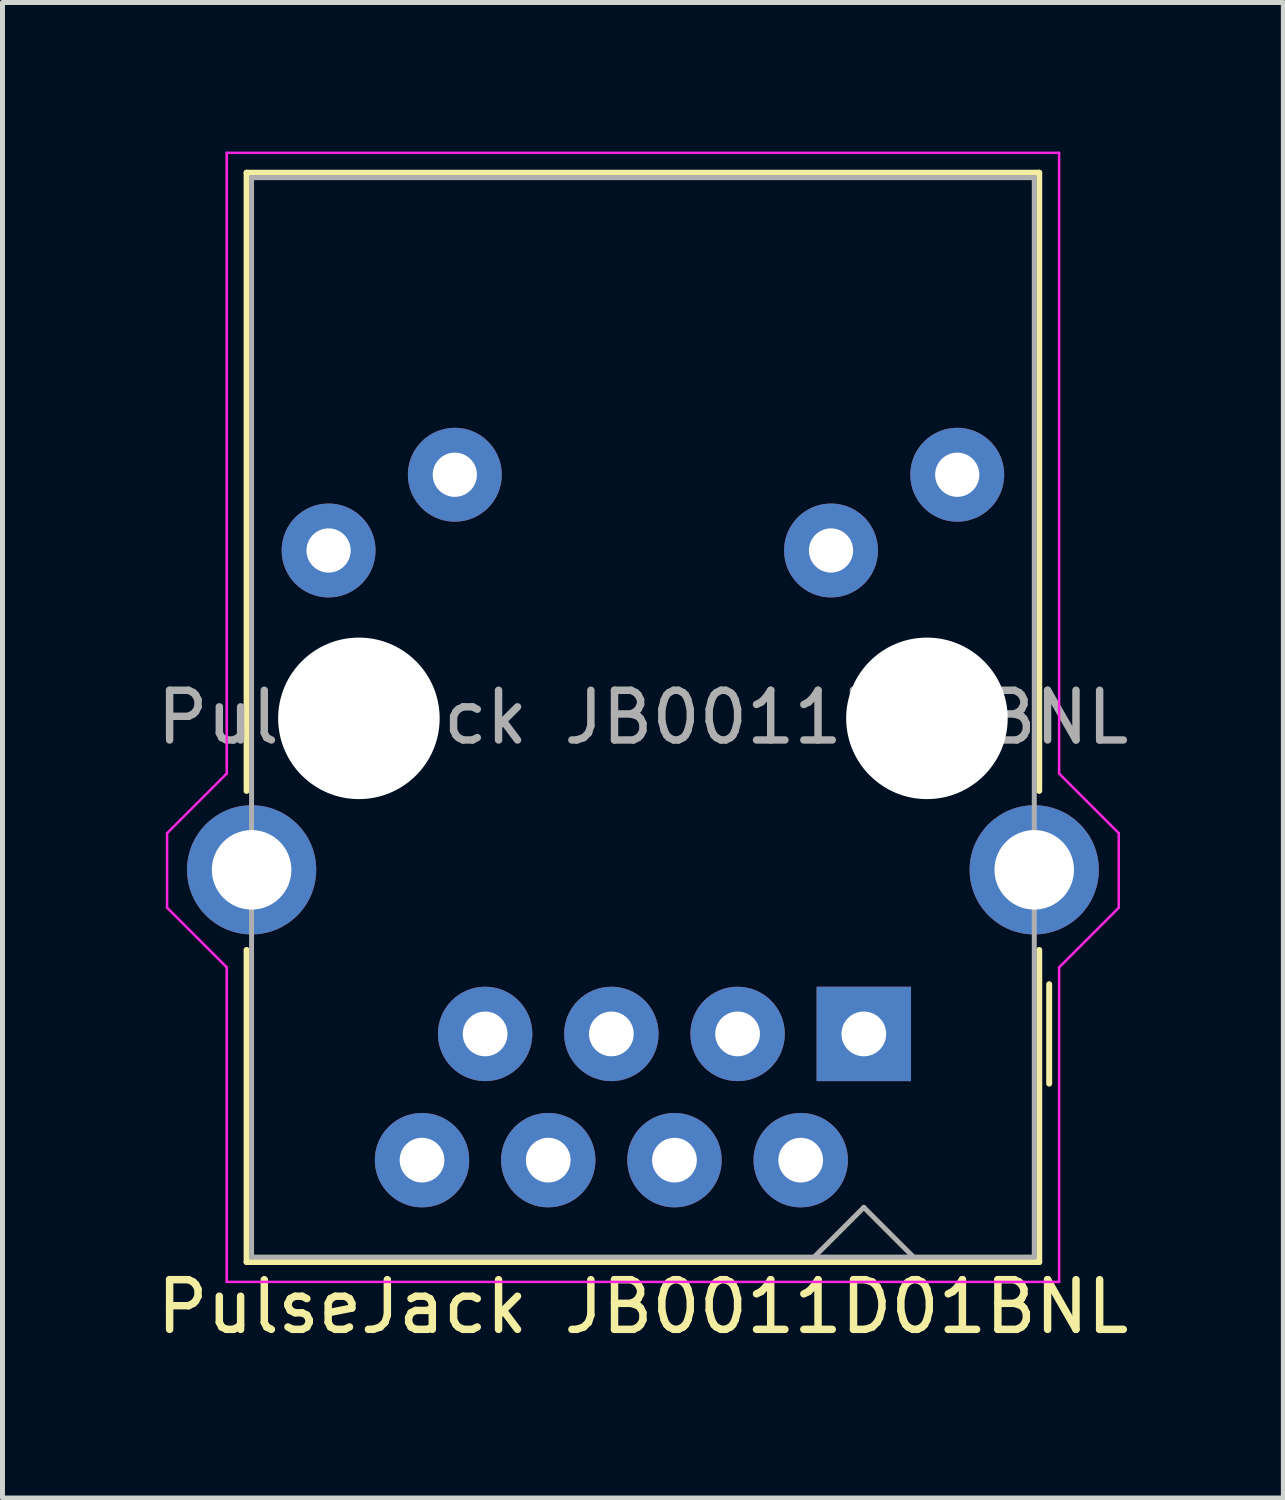
<source format=kicad_pcb>
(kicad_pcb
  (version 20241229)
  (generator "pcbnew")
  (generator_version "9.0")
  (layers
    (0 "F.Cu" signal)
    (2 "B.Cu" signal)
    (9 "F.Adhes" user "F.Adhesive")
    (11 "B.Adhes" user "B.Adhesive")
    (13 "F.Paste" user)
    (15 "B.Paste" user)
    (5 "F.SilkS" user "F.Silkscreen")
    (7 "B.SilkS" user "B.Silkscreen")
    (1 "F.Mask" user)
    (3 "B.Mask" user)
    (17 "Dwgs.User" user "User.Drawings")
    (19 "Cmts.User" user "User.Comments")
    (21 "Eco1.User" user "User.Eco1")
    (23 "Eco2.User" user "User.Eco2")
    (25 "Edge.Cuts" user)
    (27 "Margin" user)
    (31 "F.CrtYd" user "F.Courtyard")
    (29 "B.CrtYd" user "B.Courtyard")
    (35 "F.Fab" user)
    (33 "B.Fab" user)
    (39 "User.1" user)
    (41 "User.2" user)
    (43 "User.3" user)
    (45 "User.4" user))
  (footprint "PulseJack JB0011D01BNL"
    (layer "F.Cu")
    (at 14.332 17.755)
    (property "Reference" "PulseJack JB0011D01BNL" (at -4.445 5.49 180) (layer "F.SilkS") (effects (font (size 1 1) (thickness 0.15))))
    (attr through_hole)
    (fp_line (start -12.42 -17.33) (end 3.53 -17.33) (stroke (width 0.12) (type solid)) (layer "F.SilkS"))
    (fp_line (start -12.42 -4.89) (end -12.42 -17.33) (stroke (width 0.12) (type solid)) (layer "F.SilkS"))
    (fp_line (start -12.42 4.59) (end -12.42 -1.69) (stroke (width 0.12) (type solid)) (layer "F.SilkS"))
    (fp_line (start 3.53 -17.33) (end 3.53 -4.89) (stroke (width 0.12) (type solid)) (layer "F.SilkS"))
    (fp_line (start 3.53 -1.69) (end 3.53 4.59) (stroke (width 0.12) (type solid)) (layer "F.SilkS"))
    (fp_line (start 3.53 4.59) (end -12.42 4.59) (stroke (width 0.12) (type solid)) (layer "F.SilkS"))
    (fp_line (start 3.73 1) (end 3.73 -1) (stroke (width 0.12) (type solid)) (layer "F.SilkS"))
    (fp_line (start -14.02 -4.04) (end -12.82 -5.24) (stroke (width 0.05) (type default)) (layer "F.CrtYd"))
    (fp_line (start -14.02 -2.54) (end -14.02 -4.04) (stroke (width 0.05) (type solid)) (layer "F.CrtYd"))
    (fp_line (start -12.82 -5.24) (end -12.82 -17.73) (stroke (width 0.05) (type solid)) (layer "F.CrtYd"))
    (fp_line (start -12.82 -1.34) (end -14.02 -2.54) (stroke (width 0.05) (type default)) (layer "F.CrtYd"))
    (fp_line (start -12.82 4.99) (end -12.82 -1.34) (stroke (width 0.05) (type solid)) (layer "F.CrtYd"))
    (fp_line (start -12.82 4.99) (end 3.93 4.99) (stroke (width 0.05) (type solid)) (layer "F.CrtYd"))
    (fp_line (start 3.93 -17.73) (end -12.82 -17.73) (stroke (width 0.05) (type solid)) (layer "F.CrtYd"))
    (fp_line (start 3.93 -5.24) (end 3.93 -17.73) (stroke (width 0.05) (type solid)) (layer "F.CrtYd"))
    (fp_line (start 3.93 -1.34) (end 5.13 -2.54) (stroke (width 0.05) (type default)) (layer "F.CrtYd"))
    (fp_line (start 3.93 4.99) (end 3.93 -1.34) (stroke (width 0.05) (type solid)) (layer "F.CrtYd"))
    (fp_line (start 5.13 -4.04) (end 3.93 -5.24) (stroke (width 0.05) (type default)) (layer "F.CrtYd"))
    (fp_line (start 5.13 -2.54) (end 5.13 -4.04) (stroke (width 0.05) (type solid)) (layer "F.CrtYd"))
    (fp_line (start -12.32 -17.23) (end 3.43 -17.23) (stroke (width 0.1) (type solid)) (layer "F.Fab"))
    (fp_line (start -12.32 4.49) (end -12.32 -17.23) (stroke (width 0.1) (type solid)) (layer "F.Fab"))
    (fp_line (start 0 3.49) (end -1 4.49) (stroke (width 0.1) (type default)) (layer "F.Fab"))
    (fp_line (start 0 3.49) (end 1 4.49) (stroke (width 0.1) (type default)) (layer "F.Fab"))
    (fp_line (start 3.43 -17.23) (end 3.43 4.49) (stroke (width 0.1) (type solid)) (layer "F.Fab"))
    (fp_line (start 3.43 4.49) (end -12.32 4.49) (stroke (width 0.1) (type solid)) (layer "F.Fab"))
    (fp_text user "${REFERENCE}" (at -4.445 -6.37 180) (layer "F.Fab") (effects (font (size 1 1) (thickness 0.15))))
    (pad "" np_thru_hole circle (at -10.16 -6.35 180) (size 3.25 3.25) (drill 3.25) (layers "*.Cu" "*.Mask"))
    (pad "" np_thru_hole circle (at 1.27 -6.35 180) (size 3.25 3.25) (drill 3.25) (layers "*.Cu" "*.Mask"))
    (pad "1" thru_hole rect (at 0 0 180) (size 1.9 1.9) (drill 0.9) (layers "*.Cu" "*.Mask"))
    (pad "2" thru_hole circle (at -1.27 2.54 180) (size 1.9 1.9) (drill 0.9) (layers "*.Cu" "*.Mask"))
    (pad "3" thru_hole circle (at -2.54 0 180) (size 1.9 1.9) (drill 0.9) (layers "*.Cu" "*.Mask"))
    (pad "4" thru_hole circle (at -3.81 2.54 180) (size 1.9 1.9) (drill 0.9) (layers "*.Cu" "*.Mask"))
    (pad "5" thru_hole circle (at -5.08 0 180) (size 1.9 1.9) (drill 0.9) (layers "*.Cu" "*.Mask"))
    (pad "6" thru_hole circle (at -6.35 2.54 180) (size 1.9 1.9) (drill 0.9) (layers "*.Cu" "*.Mask"))
    (pad "7" thru_hole circle (at -7.62 0 180) (size 1.9 1.9) (drill 0.9) (layers "*.Cu" "*.Mask"))
    (pad "8" thru_hole circle (at -8.89 2.54 180) (size 1.9 1.9) (drill 0.9) (layers "*.Cu" "*.Mask"))
    (pad "9" thru_hole circle (at 1.88 -11.252 180) (size 1.89 1.89) (drill 0.89) (layers "*.Cu" "*.Mask"))
    (pad "10" thru_hole circle (at -0.66 -9.728 180) (size 1.89 1.89) (drill 0.89) (layers "*.Cu" "*.Mask"))
    (pad "11" thru_hole circle (at -8.23 -11.252 180) (size 1.89 1.89) (drill 0.89) (layers "*.Cu" "*.Mask"))
    (pad "12" thru_hole circle (at -10.77 -9.728 180) (size 1.89 1.89) (drill 0.89) (layers "*.Cu" "*.Mask"))
    (pad "SH" thru_hole circle (at -12.319 -3.302 180) (size 2.6 2.6) (drill 1.6) (layers "*.Cu" "*.Mask"))
    (pad "SH" thru_hole circle (at 3.429 -3.302 180) (size 2.6 2.6) (drill 1.6) (layers "*.Cu" "*.Mask"))
    (zone (net_name "") (layers "F.Cu" "B.Cu" "F.SilkS") (name "No trace zone") (hatch edge 0.5) (connect_pads) (min_thickness 0.25) (filled_areas_thickness no) (keepout (tracks not_allowed) (vias not_allowed) (pads not_allowed) (copperpour allowed) (footprints allowed)) (placement (enabled no)) (fill) (polygon (pts (xy 18.015 3.785) (xy 1.759 3.785) (xy 1.759 0.229) (xy 18.015 0.229)))))
  (gr_rect
    (start -3 -3)
    (end 22.774 27.093)
    (stroke (width 0.1) (type default))
    (fill no)
    (layer "Edge.Cuts")))
</source>
